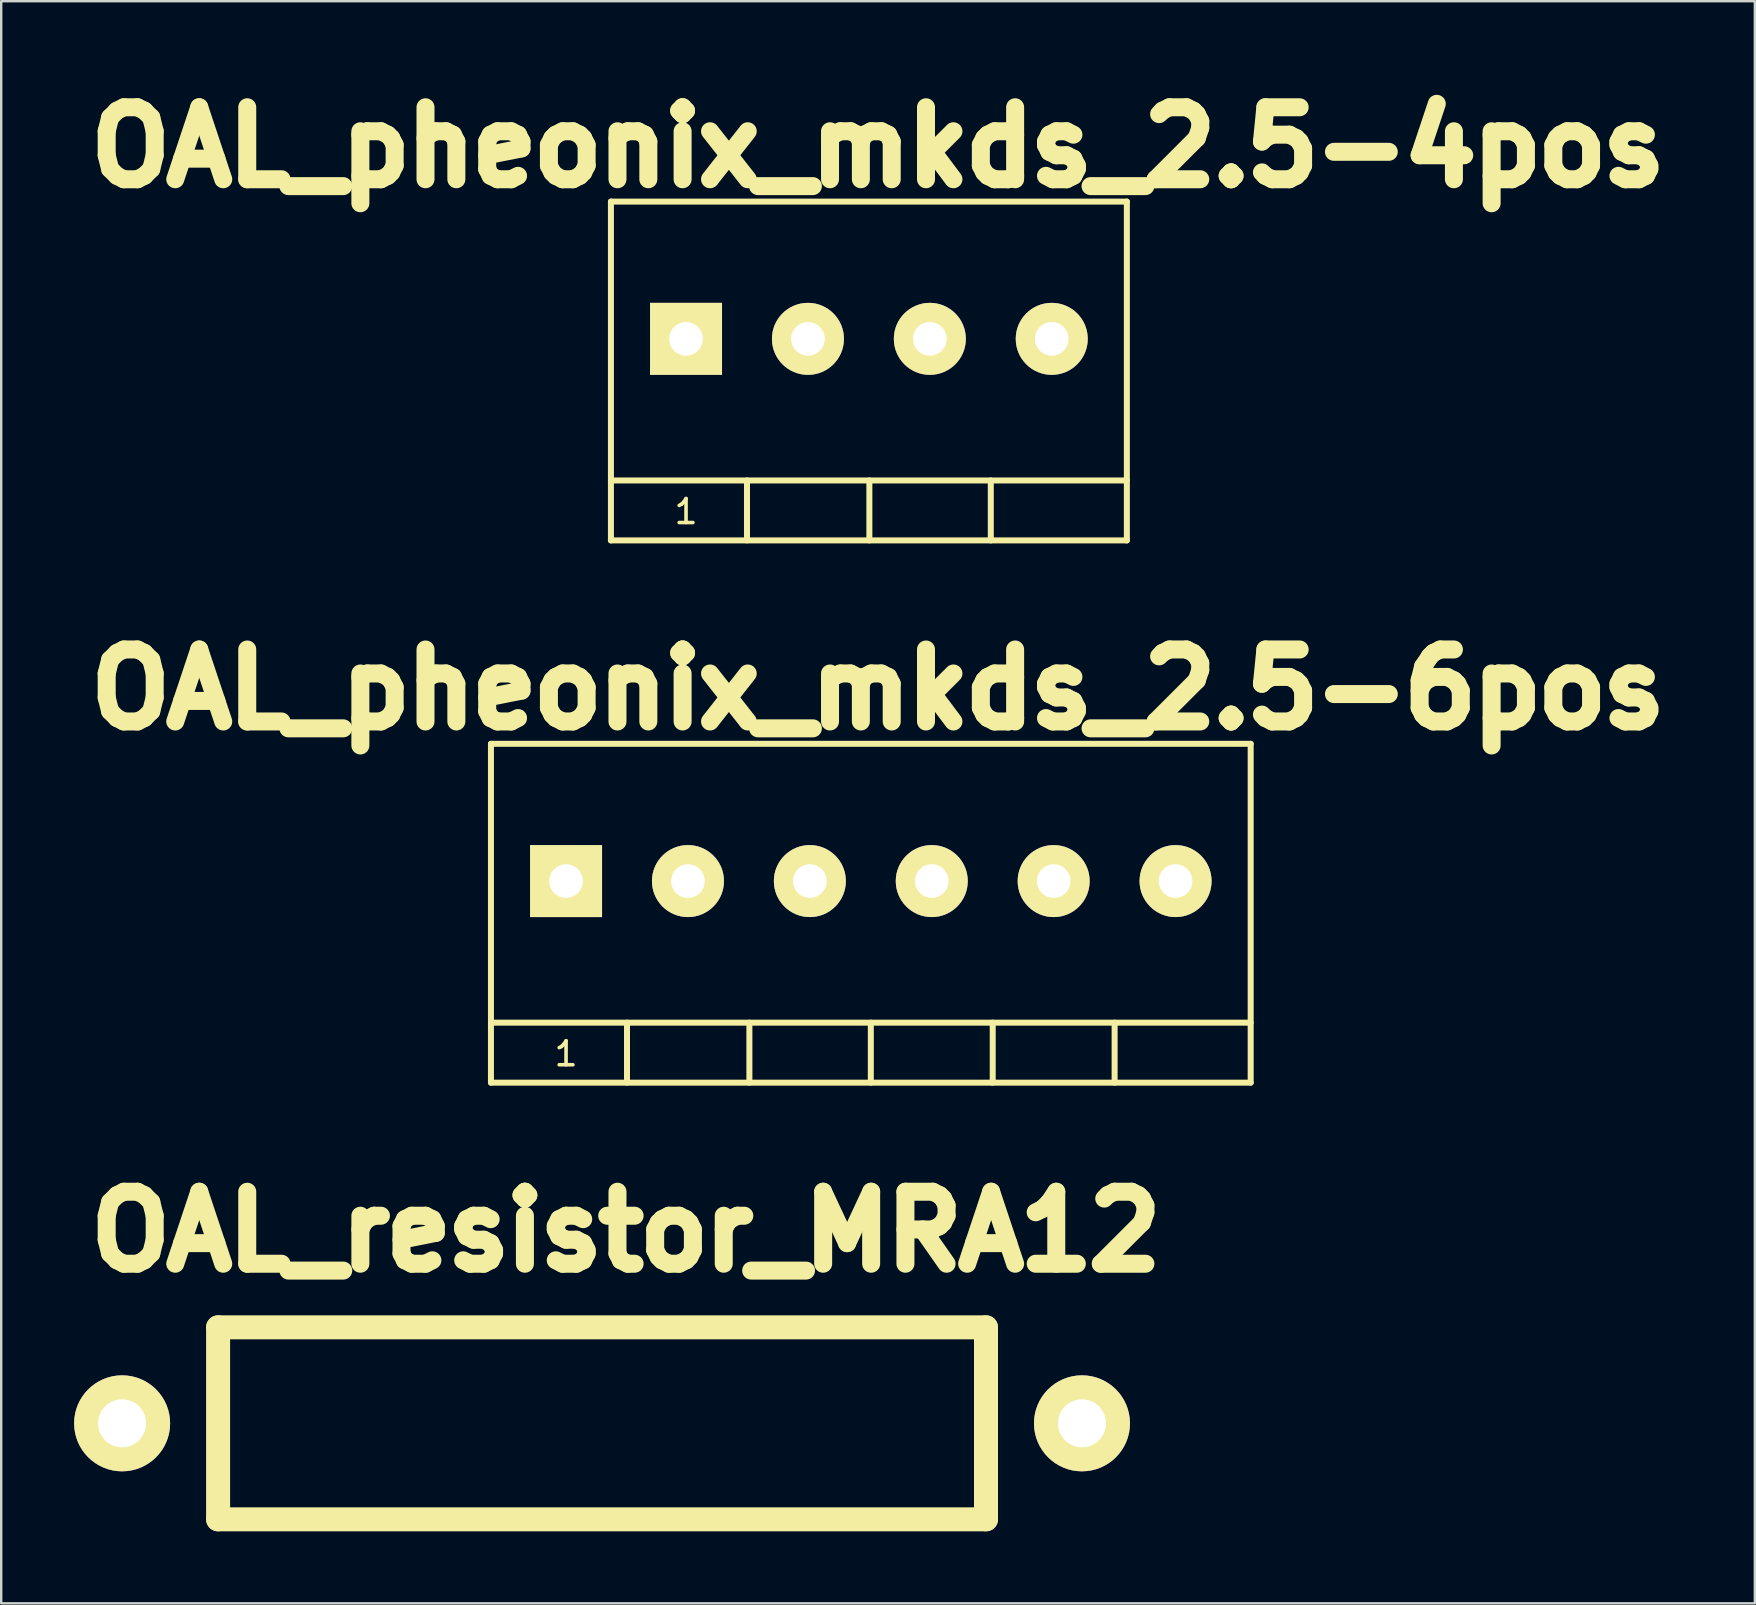
<source format=kicad_pcb>
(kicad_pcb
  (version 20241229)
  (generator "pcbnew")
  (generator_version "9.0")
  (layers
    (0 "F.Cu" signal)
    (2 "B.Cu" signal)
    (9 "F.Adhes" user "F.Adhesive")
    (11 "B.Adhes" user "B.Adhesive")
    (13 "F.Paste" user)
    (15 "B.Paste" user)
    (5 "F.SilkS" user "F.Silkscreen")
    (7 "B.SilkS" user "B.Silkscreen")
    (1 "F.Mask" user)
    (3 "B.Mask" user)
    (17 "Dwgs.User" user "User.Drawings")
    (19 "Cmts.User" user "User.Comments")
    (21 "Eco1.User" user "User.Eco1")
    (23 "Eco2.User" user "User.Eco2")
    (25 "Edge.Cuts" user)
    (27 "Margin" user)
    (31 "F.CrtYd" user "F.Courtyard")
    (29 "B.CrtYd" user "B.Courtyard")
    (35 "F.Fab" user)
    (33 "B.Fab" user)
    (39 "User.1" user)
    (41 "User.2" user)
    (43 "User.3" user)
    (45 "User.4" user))
  (footprint "OAL_pheonix_mkds_2.5-6pos"
    (layer "F.Cu")
    (at 20.539 33.667)
    (property "Reference" "OAL_pheonix_mkds_2.5-6pos" (at 13 -8 0) (layer "F.SilkS") (effects (font (size 3 3) (thickness 0.75))))
    (attr through_hole)
    (fp_line (start -3.13 -5.72) (end -3.13 8.4) (stroke (width 0.25) (type solid)) (layer "F.SilkS"))
    (fp_line (start -3.13 -5.72) (end 28.53 -5.72) (stroke (width 0.25) (type solid)) (layer "F.SilkS"))
    (fp_line (start -3.13 5.9) (end 28.53 5.9) (stroke (width 0.25) (type solid)) (layer "F.SilkS"))
    (fp_line (start -3.13 8.4) (end 28.53 8.4) (stroke (width 0.25) (type solid)) (layer "F.SilkS"))
    (fp_line (start 2.54 5.9) (end 2.54 8.4) (stroke (width 0.25) (type solid)) (layer "F.SilkS"))
    (fp_line (start 7.64 5.9) (end 7.64 8.4) (stroke (width 0.25) (type solid)) (layer "F.SilkS"))
    (fp_line (start 12.7 5.9) (end 12.7 8.4) (stroke (width 0.25) (type solid)) (layer "F.SilkS"))
    (fp_line (start 17.78 5.9) (end 17.78 8.4) (stroke (width 0.25) (type solid)) (layer "F.SilkS"))
    (fp_line (start 22.86 5.9) (end 22.86 8.4) (stroke (width 0.25) (type solid)) (layer "F.SilkS"))
    (fp_line (start 28.53 -5.72) (end 28.53 8.4) (stroke (width 0.25) (type solid)) (layer "F.SilkS"))
    (fp_text user "1" (at 0 7.2 0) (layer "F.SilkS") (effects (font (size 1 1) (thickness 0.15))))
    (pad "1" thru_hole rect (at 0 0) (size 3 3) (drill 1.4) (layers "*.Cu" "*.Mask" "F.SilkS"))
    (pad "2" thru_hole circle (at 5.08 0) (size 3 3) (drill 1.4) (layers "*.Cu" "*.Mask" "F.SilkS"))
    (pad "3" thru_hole circle (at 10.16 0) (size 3 3) (drill 1.4) (layers "*.Cu" "*.Mask" "F.SilkS"))
    (pad "4" thru_hole circle (at 15.24 0) (size 3 3) (drill 1.4) (layers "*.Cu" "*.Mask" "F.SilkS"))
    (pad "5" thru_hole circle (at 20.32 0) (size 3 3) (drill 1.4) (layers "*.Cu" "*.Mask" "F.SilkS"))
    (pad "6" thru_hole circle (at 25.4 0) (size 3 3) (drill 1.4) (layers "*.Cu" "*.Mask" "F.SilkS")))
  (footprint "OAL_pheonix_mkds_2.5-4pos"
    (layer "F.Cu")
    (at 25.539 11.071)
    (property "Reference" "OAL_pheonix_mkds_2.5-4pos" (at 8 -8 0) (layer "F.SilkS") (effects (font (size 3 3) (thickness 0.75))))
    (attr through_hole)
    (fp_line (start -3.13 -5.72) (end -3.13 8.4) (stroke (width 0.25) (type solid)) (layer "F.SilkS"))
    (fp_line (start -3.13 -5.72) (end 18.37 -5.72) (stroke (width 0.25) (type solid)) (layer "F.SilkS"))
    (fp_line (start -3.13 5.9) (end 18.37 5.9) (stroke (width 0.25) (type solid)) (layer "F.SilkS"))
    (fp_line (start -3.13 8.4) (end 18.37 8.4) (stroke (width 0.25) (type solid)) (layer "F.SilkS"))
    (fp_line (start 2.54 5.9) (end 2.54 8.4) (stroke (width 0.25) (type solid)) (layer "F.SilkS"))
    (fp_line (start 7.64 5.9) (end 7.64 8.4) (stroke (width 0.25) (type solid)) (layer "F.SilkS"))
    (fp_line (start 12.7 5.9) (end 12.7 8.4) (stroke (width 0.25) (type solid)) (layer "F.SilkS"))
    (fp_line (start 18.37 -5.72) (end 18.37 8.4) (stroke (width 0.25) (type solid)) (layer "F.SilkS"))
    (fp_text user "1" (at 0 7.2 0) (layer "F.SilkS") (effects (font (size 1 1) (thickness 0.15))))
    (pad "1" thru_hole rect (at 0 0) (size 3 3) (drill 1.4) (layers "*.Cu" "*.Mask" "F.SilkS"))
    (pad "2" thru_hole circle (at 5.08 0) (size 3 3) (drill 1.4) (layers "*.Cu" "*.Mask" "F.SilkS"))
    (pad "3" thru_hole circle (at 10.16 0) (size 3 3) (drill 1.4) (layers "*.Cu" "*.Mask" "F.SilkS"))
    (pad "4" thru_hole circle (at 15.24 0) (size 3 3) (drill 1.4) (layers "*.Cu" "*.Mask" "F.SilkS")))
  (footprint "OAL_resistor_MRA12"
    (layer "F.Cu")
    (at 22.039 56.264)
    (property "Reference" "OAL_resistor_MRA12" (at 1 -8 0) (layer "F.SilkS") (effects (font (size 3 3) (thickness 0.75))))
    (attr through_hole)
    (fp_line (start -16 -4) (end -16 4) (stroke (width 1) (type solid)) (layer "F.SilkS"))
    (fp_line (start -16 -4) (end 16 -4) (stroke (width 1) (type solid)) (layer "F.SilkS"))
    (fp_line (start -16 4) (end 16 4) (stroke (width 1) (type solid)) (layer "F.SilkS"))
    (fp_line (start 16 -4) (end 16 4) (stroke (width 1) (type solid)) (layer "F.SilkS"))
    (pad "1" thru_hole circle (at -20 0) (size 4 4) (drill 2) (layers "*.Cu" "*.Mask" "F.SilkS"))
    (pad "2" thru_hole circle (at 20 0) (size 4 4) (drill 2) (layers "*.Cu" "*.Mask" "F.SilkS")))
  (gr_rect
    (start -3 -3)
    (end 70.079 63.764)
    (stroke (width 0.1) (type default))
    (fill no)
    (layer "Edge.Cuts")))
</source>
